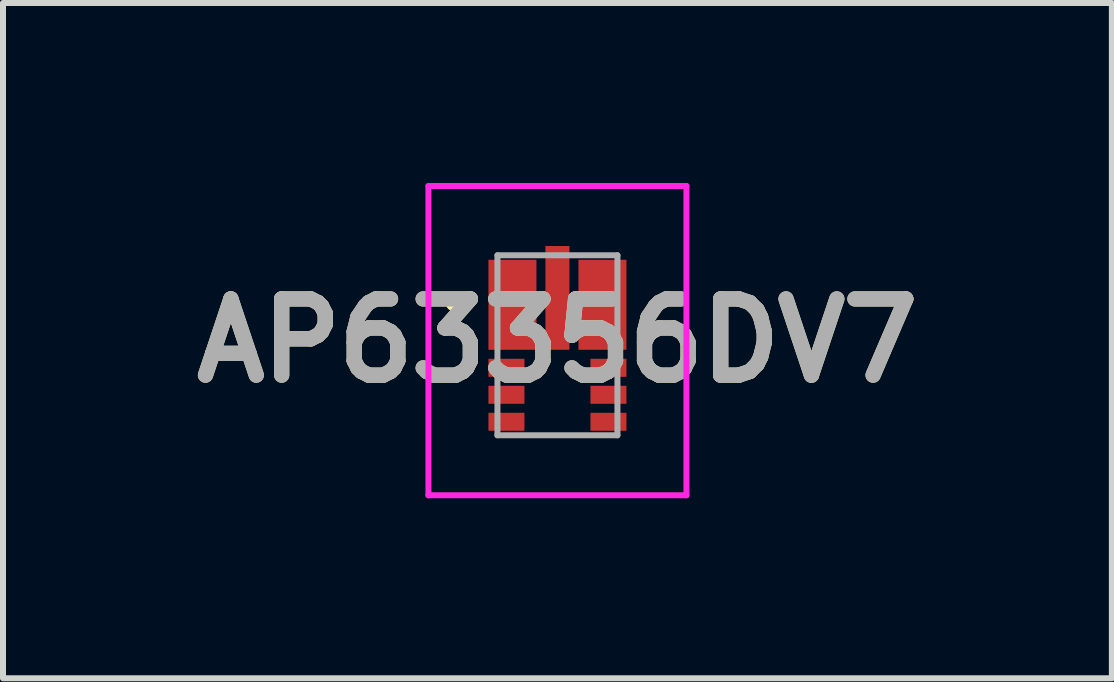
<source format=kicad_pcb>
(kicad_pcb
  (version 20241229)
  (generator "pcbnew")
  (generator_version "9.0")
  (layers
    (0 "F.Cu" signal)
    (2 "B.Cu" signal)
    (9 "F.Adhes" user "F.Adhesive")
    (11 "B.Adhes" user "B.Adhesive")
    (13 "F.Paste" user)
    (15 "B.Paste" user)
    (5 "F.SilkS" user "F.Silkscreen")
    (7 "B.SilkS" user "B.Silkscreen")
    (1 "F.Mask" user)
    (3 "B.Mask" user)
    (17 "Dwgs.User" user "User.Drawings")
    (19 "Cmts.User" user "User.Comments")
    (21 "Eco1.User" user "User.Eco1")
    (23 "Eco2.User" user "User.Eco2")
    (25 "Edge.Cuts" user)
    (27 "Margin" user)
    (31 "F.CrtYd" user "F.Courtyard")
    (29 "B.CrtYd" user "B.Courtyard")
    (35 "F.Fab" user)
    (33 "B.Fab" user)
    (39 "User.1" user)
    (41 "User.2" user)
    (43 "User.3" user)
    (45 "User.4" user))
  (footprint "AP63356DV7"
    (layer "F.Cu")
    (at 6.241 2.705)
    (property "Reference" "AP63356DV7" (at 0 -0.077 0) (layer "F.SilkS") (effects (font (size 1.27 1.27) (thickness 0.254))))
    (attr smd)
    (fp_line (start -1.8 -0.675) (end -1.8 -0.675) (stroke (width 0.1) (type solid)) (layer "F.SilkS"))
    (fp_line (start -1.7 -0.675) (end -1.7 -0.675) (stroke (width 0.1) (type solid)) (layer "F.SilkS"))
    (fp_line (start -1.7 -0.675) (end -1.7 -0.675) (stroke (width 0.1) (type solid)) (layer "F.SilkS"))
    (fp_arc (start -1.8 -0.675) (mid -1.75 -0.725) (end -1.7 -0.675) (stroke (width 0.1) (type solid)) (layer "F.SilkS"))
    (fp_arc (start -1.8 -0.675) (mid -1.75 -0.725) (end -1.7 -0.675) (stroke (width 0.1) (type solid)) (layer "F.SilkS"))
    (fp_arc (start -1.7 -0.675) (mid -1.75 -0.625) (end -1.8 -0.675) (stroke (width 0.1) (type solid)) (layer "F.SilkS"))
    (fp_line (start -2.15 -2.655) (end 2.15 -2.655) (stroke (width 0.1) (type solid)) (layer "F.CrtYd"))
    (fp_line (start -2.15 2.5) (end -2.15 -2.655) (stroke (width 0.1) (type solid)) (layer "F.CrtYd"))
    (fp_line (start 2.15 -2.655) (end 2.15 2.5) (stroke (width 0.1) (type solid)) (layer "F.CrtYd"))
    (fp_line (start 2.15 2.5) (end -2.15 2.5) (stroke (width 0.1) (type solid)) (layer "F.CrtYd"))
    (fp_line (start -1 -1.5) (end -1 1.5) (stroke (width 0.1) (type solid)) (layer "F.Fab"))
    (fp_line (start -1 1.5) (end 1 1.5) (stroke (width 0.1) (type solid)) (layer "F.Fab"))
    (fp_line (start 1 -1.5) (end -1 -1.5) (stroke (width 0.1) (type solid)) (layer "F.Fab"))
    (fp_line (start 1 1.5) (end 1 -1.5) (stroke (width 0.1) (type solid)) (layer "F.Fab"))
    (fp_text user "${REFERENCE}" (at 0 -0.077 0) (layer "F.Fab") (effects (font (size 1.27 1.27) (thickness 0.254))))
    (pad "1" smd rect (at -0.75 -0.675) (size 0.8 1.5) (layers "F.Cu" "F.Mask" "F.Paste"))
    (pad "2" smd rect (at -0.85 0.375 90) (size 0.3 0.6) (layers "F.Cu" "F.Mask" "F.Paste"))
    (pad "3" smd rect (at -0.85 0.825 90) (size 0.3 0.6) (layers "F.Cu" "F.Mask" "F.Paste"))
    (pad "4" smd rect (at -0.85 1.275 90) (size 0.3 0.6) (layers "F.Cu" "F.Mask" "F.Paste"))
    (pad "5" smd rect (at 0.85 1.275 90) (size 0.3 0.6) (layers "F.Cu" "F.Mask" "F.Paste"))
    (pad "6" smd rect (at 0.85 0.825 90) (size 0.3 0.6) (layers "F.Cu" "F.Mask" "F.Paste"))
    (pad "7" smd rect (at 0.85 0.375 90) (size 0.3 0.6) (layers "F.Cu" "F.Mask" "F.Paste"))
    (pad "8" smd rect (at 0.75 -0.675) (size 0.8 1.5) (layers "F.Cu" "F.Mask" "F.Paste"))
    (pad "9" smd rect (at 0 -0.79) (size 0.4 1.73) (layers "F.Cu" "F.Mask" "F.Paste")))
  (gr_rect
    (start -3 -3)
    (end 15.482 8.255)
    (stroke (width 0.1) (type default))
    (fill no)
    (layer "Edge.Cuts")))
</source>
